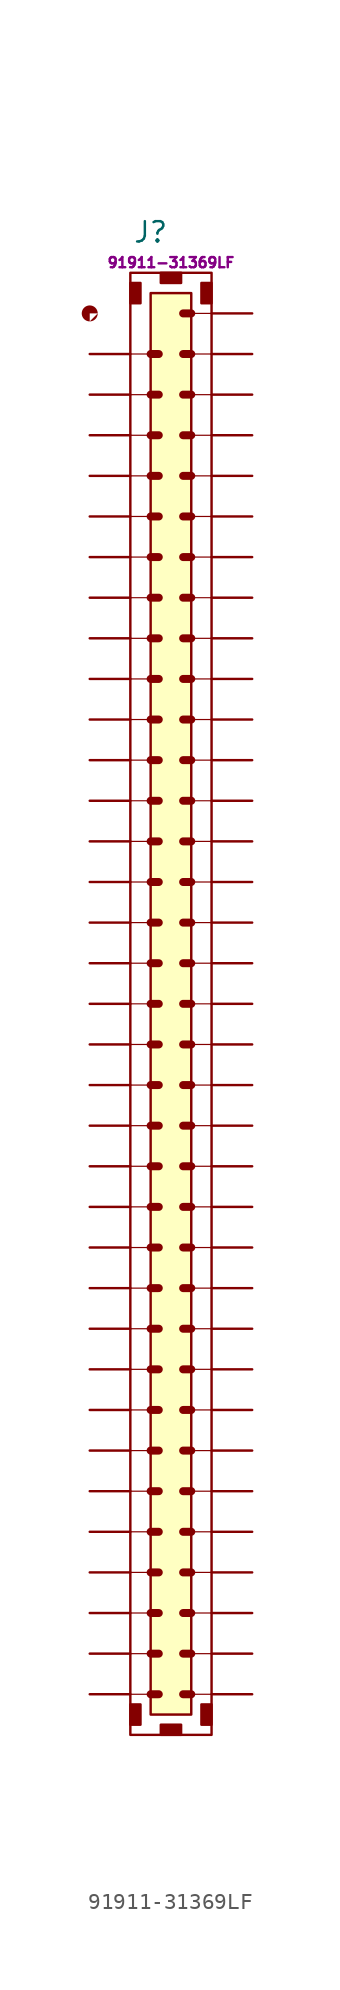
<source format=kicad_sym>
(kicad_symbol_lib
  (version 20220914)
  (generator kicad_symbol_editor)
  (symbol "91911-31369LF"
    (pin_numbers hide)
    (pin_names hide)
    (property "Reference" "J"
      (at -1.27 48.26 0)
      (effects (font (size 1.27 1.27))))
    (property "Mfr PN" "91911-31369LF"
      (at 0 46.355 0)
      (effects (font (size 0.635 0.635))))
    (symbol "91911-31369LF_1_0"
      (pin passive line (at 5.08 -38.1 180) (length 2.54) (name "37" (effects (font (size 1.27 1.27)))) (number "37" (effects (font (size 1.27 1.27)))))
      (pin passive line (at 5.08 -35.56 180) (length 2.54) (name "38" (effects (font (size 1.27 1.27)))) (number "38" (effects (font (size 1.27 1.27)))))
      (pin passive line (at 5.08 -33.02 180) (length 2.54) (name "39" (effects (font (size 1.27 1.27)))) (number "39" (effects (font (size 1.27 1.27)))))
      (pin passive line (at 5.08 -30.48 180) (length 2.54) (name "40" (effects (font (size 1.27 1.27)))) (number "40" (effects (font (size 1.27 1.27)))))
      (pin passive line (at 5.08 -27.94 180) (length 2.54) (name "41" (effects (font (size 1.27 1.27)))) (number "41" (effects (font (size 1.27 1.27)))))
      (pin passive line (at 5.08 -25.4 180) (length 2.54) (name "42" (effects (font (size 1.27 1.27)))) (number "42" (effects (font (size 1.27 1.27)))))
      (pin passive line (at 5.08 -22.86 180) (length 2.54) (name "43" (effects (font (size 1.27 1.27)))) (number "43" (effects (font (size 1.27 1.27)))))
      (pin passive line (at 5.08 -20.32 180) (length 2.54) (name "44" (effects (font (size 1.27 1.27)))) (number "44" (effects (font (size 1.27 1.27)))))
      (pin passive line (at 5.08 -17.78 180) (length 2.54) (name "45" (effects (font (size 1.27 1.27)))) (number "45" (effects (font (size 1.27 1.27)))))
      (pin passive line (at 5.08 -15.24 180) (length 2.54) (name "46" (effects (font (size 1.27 1.27)))) (number "46" (effects (font (size 1.27 1.27)))))
      (pin passive line (at 5.08 -12.7 180) (length 2.54) (name "47" (effects (font (size 1.27 1.27)))) (number "47" (effects (font (size 1.27 1.27)))))
      (pin passive line (at 5.08 -10.16 180) (length 2.54) (name "48" (effects (font (size 1.27 1.27)))) (number "48" (effects (font (size 1.27 1.27)))))
      (pin passive line (at 5.08 -7.62 180) (length 2.54) (name "49" (effects (font (size 1.27 1.27)))) (number "49" (effects (font (size 1.27 1.27)))))
      (pin passive line (at 5.08 -5.08 180) (length 2.54) (name "50" (effects (font (size 1.27 1.27)))) (number "50" (effects (font (size 1.27 1.27)))))
      (pin passive line (at 5.08 -2.54 180) (length 2.54) (name "51" (effects (font (size 1.27 1.27)))) (number "51" (effects (font (size 1.27 1.27)))))
      (pin passive line (at 5.08 0 180) (length 2.54) (name "52" (effects (font (size 1.27 1.27)))) (number "52" (effects (font (size 1.27 1.27)))))
      (pin passive line (at 5.08 2.54 180) (length 2.54) (name "53" (effects (font (size 1.27 1.27)))) (number "53" (effects (font (size 1.27 1.27)))))
      (pin passive line (at 5.08 5.08 180) (length 2.54) (name "54" (effects (font (size 1.27 1.27)))) (number "54" (effects (font (size 1.27 1.27)))))
      (pin passive line (at 5.08 7.62 180) (length 2.54) (name "55" (effects (font (size 1.27 1.27)))) (number "55" (effects (font (size 1.27 1.27)))))
      (pin passive line (at 5.08 10.16 180) (length 2.54) (name "56" (effects (font (size 1.27 1.27)))) (number "56" (effects (font (size 1.27 1.27)))))
      (pin passive line (at 5.08 12.7 180) (length 2.54) (name "57" (effects (font (size 1.27 1.27)))) (number "57" (effects (font (size 1.27 1.27)))))
      (pin passive line (at 5.08 15.24 180) (length 2.54) (name "58" (effects (font (size 1.27 1.27)))) (number "58" (effects (font (size 1.27 1.27)))))
      (pin passive line (at 5.08 17.78 180) (length 2.54) (name "59" (effects (font (size 1.27 1.27)))) (number "59" (effects (font (size 1.27 1.27)))))
      (pin passive line (at 5.08 20.32 180) (length 2.54) (name "60" (effects (font (size 1.27 1.27)))) (number "60" (effects (font (size 1.27 1.27)))))
      (pin passive line (at 5.08 22.86 180) (length 2.54) (name "61" (effects (font (size 1.27 1.27)))) (number "61" (effects (font (size 1.27 1.27)))))
      (pin passive line (at 5.08 25.4 180) (length 2.54) (name "62" (effects (font (size 1.27 1.27)))) (number "62" (effects (font (size 1.27 1.27)))))
      (pin passive line (at 5.08 27.94 180) (length 2.54) (name "63" (effects (font (size 1.27 1.27)))) (number "63" (effects (font (size 1.27 1.27)))))
      (pin passive line (at 5.08 30.48 180) (length 2.54) (name "64" (effects (font (size 1.27 1.27)))) (number "64" (effects (font (size 1.27 1.27)))))
      (pin passive line (at 5.08 33.02 180) (length 2.54) (name "65" (effects (font (size 1.27 1.27)))) (number "65" (effects (font (size 1.27 1.27)))))
      (pin passive line (at 5.08 35.56 180) (length 2.54) (name "66" (effects (font (size 1.27 1.27)))) (number "66" (effects (font (size 1.27 1.27)))))
      (pin passive line (at 5.08 38.1 180) (length 2.54) (name "67" (effects (font (size 1.27 1.27)))) (number "67" (effects (font (size 1.27 1.27)))))
      (pin passive line (at 5.08 40.64 180) (length 2.54) (name "68" (effects (font (size 1.27 1.27)))) (number "68" (effects (font (size 1.27 1.27)))))
      (pin passive line (at 5.08 43.18 180) (length 2.54) (name "69" (effects (font (size 1.27 1.27)))) (number "69" (effects (font (size 1.27 1.27))))))
    (symbol "91911-31369LF_1_1"
      (circle (center -5.08 43.18) (radius 0.0001) (stroke (width 1) (type default)) (fill (type outline)))
      (rectangle (start -2.54 -45.72) (end 2.54 45.72) (stroke (width 0) (type default)) (fill (type none)))
      (rectangle (start -2.54 43.815) (end -1.905 45.085) (stroke (width 0) (type default)) (fill (type outline)))
      (rectangle (start -1.905 -43.815) (end -2.54 -45.085) (stroke (width 0) (type default)) (fill (type outline)))
      (rectangle (start -1.27 -44.45) (end 1.27 44.45) (stroke (width 0) (type default)) (fill (type background)))
      (rectangle (start -0.635 -45.085) (end 0.635 -45.72) (stroke (width 0) (type default)) (fill (type outline)))
      (polyline (pts (xy -2.54 -43.18) (xy -1.27 -43.18)) (stroke (width 0.075) (type default)) (fill (type none)))
      (polyline (pts (xy -2.54 -40.64) (xy -1.27 -40.64)) (stroke (width 0.075) (type default)) (fill (type none)))
      (polyline (pts (xy -2.54 -38.1) (xy -1.27 -38.1)) (stroke (width 0.075) (type default)) (fill (type none)))
      (polyline (pts (xy -2.54 -35.56) (xy -1.27 -35.56)) (stroke (width 0.075) (type default)) (fill (type none)))
      (polyline (pts (xy -2.54 -33.02) (xy -1.27 -33.02)) (stroke (width 0.075) (type default)) (fill (type none)))
      (polyline (pts (xy -2.54 -30.48) (xy -1.27 -30.48)) (stroke (width 0.075) (type default)) (fill (type none)))
      (polyline (pts (xy -2.54 -27.94) (xy -1.27 -27.94)) (stroke (width 0.075) (type default)) (fill (type none)))
      (polyline (pts (xy -2.54 -25.4) (xy -1.27 -25.4)) (stroke (width 0.075) (type default)) (fill (type none)))
      (polyline (pts (xy -2.54 -22.86) (xy -1.27 -22.86)) (stroke (width 0.075) (type default)) (fill (type none)))
      (polyline (pts (xy -2.54 -20.32) (xy -1.27 -20.32)) (stroke (width 0.075) (type default)) (fill (type none)))
      (polyline (pts (xy -2.54 -17.78) (xy -1.27 -17.78)) (stroke (width 0.075) (type default)) (fill (type none)))
      (polyline (pts (xy -2.54 -15.24) (xy -1.27 -15.24)) (stroke (width 0.075) (type default)) (fill (type none)))
      (polyline (pts (xy -2.54 -12.7) (xy -1.27 -12.7)) (stroke (width 0.075) (type default)) (fill (type none)))
      (polyline (pts (xy -2.54 -10.16) (xy -1.27 -10.16)) (stroke (width 0.075) (type default)) (fill (type none)))
      (polyline (pts (xy -2.54 -7.62) (xy -1.27 -7.62)) (stroke (width 0.075) (type default)) (fill (type none)))
      (polyline (pts (xy -2.54 -5.08) (xy -1.27 -5.08)) (stroke (width 0.075) (type default)) (fill (type none)))
      (polyline (pts (xy -2.54 -2.54) (xy -1.27 -2.54)) (stroke (width 0.075) (type default)) (fill (type none)))
      (polyline (pts (xy -2.54 0) (xy -1.27 0)) (stroke (width 0.075) (type default)) (fill (type none)))
      (polyline (pts (xy -2.54 2.54) (xy -1.27 2.54)) (stroke (width 0.075) (type default)) (fill (type none)))
      (polyline (pts (xy -2.54 5.08) (xy -1.27 5.08)) (stroke (width 0.075) (type default)) (fill (type none)))
      (polyline (pts (xy -2.54 7.62) (xy -1.27 7.62)) (stroke (width 0.075) (type default)) (fill (type none)))
      (polyline (pts (xy -2.54 10.16) (xy -1.27 10.16)) (stroke (width 0.075) (type default)) (fill (type none)))
      (polyline (pts (xy -2.54 12.7) (xy -1.27 12.7)) (stroke (width 0.075) (type default)) (fill (type none)))
      (polyline (pts (xy -2.54 15.24) (xy -1.27 15.24)) (stroke (width 0.075) (type default)) (fill (type none)))
      (polyline (pts (xy -2.54 17.78) (xy -1.27 17.78)) (stroke (width 0.075) (type default)) (fill (type none)))
      (polyline (pts (xy -2.54 20.32) (xy -1.27 20.32)) (stroke (width 0.075) (type default)) (fill (type none)))
      (polyline (pts (xy -2.54 22.86) (xy -1.27 22.86)) (stroke (width 0.075) (type default)) (fill (type none)))
      (polyline (pts (xy -2.54 25.4) (xy -1.27 25.4)) (stroke (width 0.075) (type default)) (fill (type none)))
      (polyline (pts (xy -2.54 27.94) (xy -1.27 27.94)) (stroke (width 0.075) (type default)) (fill (type none)))
      (polyline (pts (xy -2.54 30.48) (xy -1.27 30.48)) (stroke (width 0.075) (type default)) (fill (type none)))
      (polyline (pts (xy -2.54 33.02) (xy -1.27 33.02)) (stroke (width 0.075) (type default)) (fill (type none)))
      (polyline (pts (xy -2.54 35.56) (xy -1.27 35.56)) (stroke (width 0.075) (type default)) (fill (type none)))
      (polyline (pts (xy -2.54 38.1) (xy -1.27 38.1)) (stroke (width 0.075) (type default)) (fill (type none)))
      (polyline (pts (xy -2.54 40.64) (xy -1.27 40.64)) (stroke (width 0.075) (type default)) (fill (type none)))
      (polyline (pts (xy -1.27 -43.18) (xy -0.762 -43.18)) (stroke (width 0.5) (type default)) (fill (type none)))
      (polyline (pts (xy -1.27 -40.64) (xy -0.762 -40.64)) (stroke (width 0.5) (type default)) (fill (type none)))
      (polyline (pts (xy -1.27 -38.1) (xy -0.762 -38.1)) (stroke (width 0.5) (type default)) (fill (type none)))
      (polyline (pts (xy -1.27 -35.56) (xy -0.762 -35.56)) (stroke (width 0.5) (type default)) (fill (type none)))
      (polyline (pts (xy -1.27 -33.02) (xy -0.762 -33.02)) (stroke (width 0.5) (type default)) (fill (type none)))
      (polyline (pts (xy -1.27 -30.48) (xy -0.762 -30.48)) (stroke (width 0.5) (type default)) (fill (type none)))
      (polyline (pts (xy -1.27 -27.94) (xy -0.762 -27.94)) (stroke (width 0.5) (type default)) (fill (type none)))
      (polyline (pts (xy -1.27 -25.4) (xy -0.762 -25.4)) (stroke (width 0.5) (type default)) (fill (type none)))
      (polyline (pts (xy -1.27 -22.86) (xy -0.762 -22.86)) (stroke (width 0.5) (type default)) (fill (type none)))
      (polyline (pts (xy -1.27 -20.32) (xy -0.762 -20.32)) (stroke (width 0.5) (type default)) (fill (type none)))
      (polyline (pts (xy -1.27 -17.78) (xy -0.762 -17.78)) (stroke (width 0.5) (type default)) (fill (type none)))
      (polyline (pts (xy -1.27 -15.24) (xy -0.762 -15.24)) (stroke (width 0.5) (type default)) (fill (type none)))
      (polyline (pts (xy -1.27 -12.7) (xy -0.762 -12.7)) (stroke (width 0.5) (type default)) (fill (type none)))
      (polyline (pts (xy -1.27 -10.16) (xy -0.762 -10.16)) (stroke (width 0.5) (type default)) (fill (type none)))
      (polyline (pts (xy -1.27 -7.62) (xy -0.762 -7.62)) (stroke (width 0.5) (type default)) (fill (type none)))
      (polyline (pts (xy -1.27 -5.08) (xy -0.762 -5.08)) (stroke (width 0.5) (type default)) (fill (type none)))
      (polyline (pts (xy -1.27 -2.54) (xy -0.762 -2.54)) (stroke (width 0.5) (type default)) (fill (type none)))
      (polyline (pts (xy -1.27 0) (xy -0.762 0)) (stroke (width 0.5) (type default)) (fill (type none)))
      (polyline (pts (xy -1.27 2.54) (xy -0.762 2.54)) (stroke (width 0.5) (type default)) (fill (type none)))
      (polyline (pts (xy -1.27 5.08) (xy -0.762 5.08)) (stroke (width 0.5) (type default)) (fill (type none)))
      (polyline (pts (xy -1.27 7.62) (xy -0.762 7.62)) (stroke (width 0.5) (type default)) (fill (type none)))
      (polyline (pts (xy -1.27 10.16) (xy -0.762 10.16)) (stroke (width 0.5) (type default)) (fill (type none)))
      (polyline (pts (xy -1.27 12.7) (xy -0.762 12.7)) (stroke (width 0.5) (type default)) (fill (type none)))
      (polyline (pts (xy -1.27 15.24) (xy -0.762 15.24)) (stroke (width 0.5) (type default)) (fill (type none)))
      (polyline (pts (xy -1.27 17.78) (xy -0.762 17.78)) (stroke (width 0.5) (type default)) (fill (type none)))
      (polyline (pts (xy -1.27 20.32) (xy -0.762 20.32)) (stroke (width 0.5) (type default)) (fill (type none)))
      (polyline (pts (xy -1.27 22.86) (xy -0.762 22.86)) (stroke (width 0.5) (type default)) (fill (type none)))
      (polyline (pts (xy -1.27 25.4) (xy -0.762 25.4)) (stroke (width 0.5) (type default)) (fill (type none)))
      (polyline (pts (xy -1.27 27.94) (xy -0.762 27.94)) (stroke (width 0.5) (type default)) (fill (type none)))
      (polyline (pts (xy -1.27 30.48) (xy -0.762 30.48)) (stroke (width 0.5) (type default)) (fill (type none)))
      (polyline (pts (xy -1.27 33.02) (xy -0.762 33.02)) (stroke (width 0.5) (type default)) (fill (type none)))
      (polyline (pts (xy -1.27 35.56) (xy -0.762 35.56)) (stroke (width 0.5) (type default)) (fill (type none)))
      (polyline (pts (xy -1.27 38.1) (xy -0.762 38.1)) (stroke (width 0.5) (type default)) (fill (type none)))
      (polyline (pts (xy -1.27 40.64) (xy -0.762 40.64)) (stroke (width 0.5) (type default)) (fill (type none)))
      (polyline (pts (xy 1.27 -43.18) (xy 0.762 -43.18)) (stroke (width 0.5) (type default)) (fill (type none)))
      (polyline (pts (xy 1.27 -40.64) (xy 0.762 -40.64)) (stroke (width 0.5) (type default)) (fill (type none)))
      (polyline (pts (xy 1.27 -38.1) (xy 0.762 -38.1)) (stroke (width 0.5) (type default)) (fill (type none)))
      (polyline (pts (xy 1.27 -35.56) (xy 0.762 -35.56)) (stroke (width 0.5) (type default)) (fill (type none)))
      (polyline (pts (xy 1.27 -33.02) (xy 0.762 -33.02)) (stroke (width 0.5) (type default)) (fill (type none)))
      (polyline (pts (xy 1.27 -30.48) (xy 0.762 -30.48)) (stroke (width 0.5) (type default)) (fill (type none)))
      (polyline (pts (xy 1.27 -27.94) (xy 0.762 -27.94)) (stroke (width 0.5) (type default)) (fill (type none)))
      (polyline (pts (xy 1.27 -25.4) (xy 0.762 -25.4)) (stroke (width 0.5) (type default)) (fill (type none)))
      (polyline (pts (xy 1.27 -22.86) (xy 0.762 -22.86)) (stroke (width 0.5) (type default)) (fill (type none)))
      (polyline (pts (xy 1.27 -20.32) (xy 0.762 -20.32)) (stroke (width 0.5) (type default)) (fill (type none)))
      (polyline (pts (xy 1.27 -17.78) (xy 0.762 -17.78)) (stroke (width 0.5) (type default)) (fill (type none)))
      (polyline (pts (xy 1.27 -15.24) (xy 0.762 -15.24)) (stroke (width 0.5) (type default)) (fill (type none)))
      (polyline (pts (xy 1.27 -12.7) (xy 0.762 -12.7)) (stroke (width 0.5) (type default)) (fill (type none)))
      (polyline (pts (xy 1.27 -10.16) (xy 0.762 -10.16)) (stroke (width 0.5) (type default)) (fill (type none)))
      (polyline (pts (xy 1.27 -7.62) (xy 0.762 -7.62)) (stroke (width 0.5) (type default)) (fill (type none)))
      (polyline (pts (xy 1.27 -5.08) (xy 0.762 -5.08)) (stroke (width 0.5) (type default)) (fill (type none)))
      (polyline (pts (xy 1.27 -2.54) (xy 0.762 -2.54)) (stroke (width 0.5) (type default)) (fill (type none)))
      (polyline (pts (xy 1.27 0) (xy 0.762 0)) (stroke (width 0.5) (type default)) (fill (type none)))
      (polyline (pts (xy 1.27 2.54) (xy 0.762 2.54)) (stroke (width 0.5) (type default)) (fill (type none)))
      (polyline (pts (xy 1.27 5.08) (xy 0.762 5.08)) (stroke (width 0.5) (type default)) (fill (type none)))
      (polyline (pts (xy 1.27 7.62) (xy 0.762 7.62)) (stroke (width 0.5) (type default)) (fill (type none)))
      (polyline (pts (xy 1.27 10.16) (xy 0.762 10.16)) (stroke (width 0.5) (type default)) (fill (type none)))
      (polyline (pts (xy 1.27 12.7) (xy 0.762 12.7)) (stroke (width 0.5) (type default)) (fill (type none)))
      (polyline (pts (xy 1.27 15.24) (xy 0.762 15.24)) (stroke (width 0.5) (type default)) (fill (type none)))
      (polyline (pts (xy 1.27 17.78) (xy 0.762 17.78)) (stroke (width 0.5) (type default)) (fill (type none)))
      (polyline (pts (xy 1.27 20.32) (xy 0.762 20.32)) (stroke (width 0.5) (type default)) (fill (type none)))
      (polyline (pts (xy 1.27 22.86) (xy 0.762 22.86)) (stroke (width 0.5) (type default)) (fill (type none)))
      (polyline (pts (xy 1.27 25.4) (xy 0.762 25.4)) (stroke (width 0.5) (type default)) (fill (type none)))
      (polyline (pts (xy 1.27 27.94) (xy 0.762 27.94)) (stroke (width 0.5) (type default)) (fill (type none)))
      (polyline (pts (xy 1.27 30.48) (xy 0.762 30.48)) (stroke (width 0.5) (type default)) (fill (type none)))
      (polyline (pts (xy 1.27 33.02) (xy 0.762 33.02)) (stroke (width 0.5) (type default)) (fill (type none)))
      (polyline (pts (xy 1.27 35.56) (xy 0.762 35.56)) (stroke (width 0.5) (type default)) (fill (type none)))
      (polyline (pts (xy 1.27 38.1) (xy 0.762 38.1)) (stroke (width 0.5) (type default)) (fill (type none)))
      (polyline (pts (xy 1.27 40.64) (xy 0.762 40.64)) (stroke (width 0.5) (type default)) (fill (type none)))
      (polyline (pts (xy 1.27 43.18) (xy 0.762 43.18)) (stroke (width 0.5) (type default)) (fill (type none)))
      (polyline (pts (xy 2.54 -43.18) (xy 1.27 -43.18)) (stroke (width 0.075) (type default)) (fill (type none)))
      (polyline (pts (xy 2.54 -40.64) (xy 1.27 -40.64)) (stroke (width 0.075) (type default)) (fill (type none)))
      (polyline (pts (xy 2.54 -38.1) (xy 1.27 -38.1)) (stroke (width 0.075) (type default)) (fill (type none)))
      (polyline (pts (xy 2.54 -35.56) (xy 1.27 -35.56)) (stroke (width 0.075) (type default)) (fill (type none)))
      (polyline (pts (xy 2.54 -33.02) (xy 1.27 -33.02)) (stroke (width 0.075) (type default)) (fill (type none)))
      (polyline (pts (xy 2.54 -30.48) (xy 1.27 -30.48)) (stroke (width 0.075) (type default)) (fill (type none)))
      (polyline (pts (xy 2.54 -27.94) (xy 1.27 -27.94)) (stroke (width 0.075) (type default)) (fill (type none)))
      (polyline (pts (xy 2.54 -25.4) (xy 1.27 -25.4)) (stroke (width 0.075) (type default)) (fill (type none)))
      (polyline (pts (xy 2.54 -22.86) (xy 1.27 -22.86)) (stroke (width 0.075) (type default)) (fill (type none)))
      (polyline (pts (xy 2.54 -20.32) (xy 1.27 -20.32)) (stroke (width 0.075) (type default)) (fill (type none)))
      (polyline (pts (xy 2.54 -17.78) (xy 1.27 -17.78)) (stroke (width 0.075) (type default)) (fill (type none)))
      (polyline (pts (xy 2.54 -15.24) (xy 1.27 -15.24)) (stroke (width 0.075) (type default)) (fill (type none)))
      (polyline (pts (xy 2.54 -12.7) (xy 1.27 -12.7)) (stroke (width 0.075) (type default)) (fill (type none)))
      (polyline (pts (xy 2.54 -10.16) (xy 1.27 -10.16)) (stroke (width 0.075) (type default)) (fill (type none)))
      (polyline (pts (xy 2.54 -7.62) (xy 1.27 -7.62)) (stroke (width 0.075) (type default)) (fill (type none)))
      (polyline (pts (xy 2.54 -5.08) (xy 1.27 -5.08)) (stroke (width 0.075) (type default)) (fill (type none)))
      (polyline (pts (xy 2.54 -2.54) (xy 1.27 -2.54)) (stroke (width 0.075) (type default)) (fill (type none)))
      (polyline (pts (xy 2.54 0) (xy 1.27 0)) (stroke (width 0.075) (type default)) (fill (type none)))
      (polyline (pts (xy 2.54 2.54) (xy 1.27 2.54)) (stroke (width 0.075) (type default)) (fill (type none)))
      (polyline (pts (xy 2.54 5.08) (xy 1.27 5.08)) (stroke (width 0.075) (type default)) (fill (type none)))
      (polyline (pts (xy 2.54 7.62) (xy 1.27 7.62)) (stroke (width 0.075) (type default)) (fill (type none)))
      (polyline (pts (xy 2.54 10.16) (xy 1.27 10.16)) (stroke (width 0.075) (type default)) (fill (type none)))
      (polyline (pts (xy 2.54 12.7) (xy 1.27 12.7)) (stroke (width 0.075) (type default)) (fill (type none)))
      (polyline (pts (xy 2.54 15.24) (xy 1.27 15.24)) (stroke (width 0.075) (type default)) (fill (type none)))
      (polyline (pts (xy 2.54 17.78) (xy 1.27 17.78)) (stroke (width 0.075) (type default)) (fill (type none)))
      (polyline (pts (xy 2.54 20.32) (xy 1.27 20.32)) (stroke (width 0.075) (type default)) (fill (type none)))
      (polyline (pts (xy 2.54 22.86) (xy 1.27 22.86)) (stroke (width 0.075) (type default)) (fill (type none)))
      (polyline (pts (xy 2.54 25.4) (xy 1.27 25.4)) (stroke (width 0.075) (type default)) (fill (type none)))
      (polyline (pts (xy 2.54 27.94) (xy 1.27 27.94)) (stroke (width 0.075) (type default)) (fill (type none)))
      (polyline (pts (xy 2.54 30.48) (xy 1.27 30.48)) (stroke (width 0.075) (type default)) (fill (type none)))
      (polyline (pts (xy 2.54 33.02) (xy 1.27 33.02)) (stroke (width 0.075) (type default)) (fill (type none)))
      (polyline (pts (xy 2.54 35.56) (xy 1.27 35.56)) (stroke (width 0.075) (type default)) (fill (type none)))
      (polyline (pts (xy 2.54 38.1) (xy 1.27 38.1)) (stroke (width 0.075) (type default)) (fill (type none)))
      (polyline (pts (xy 2.54 40.64) (xy 1.27 40.64)) (stroke (width 0.075) (type default)) (fill (type none)))
      (polyline (pts (xy 2.54 43.18) (xy 1.27 43.18)) (stroke (width 0.075) (type default)) (fill (type none)))
      (rectangle (start 0.635 45.085) (end -0.635 45.72) (stroke (width 0) (type default)) (fill (type outline)))
      (rectangle (start 1.905 43.815) (end 2.54 45.085) (stroke (width 0) (type default)) (fill (type outline)))
      (rectangle (start 2.54 -43.815) (end 1.905 -45.085) (stroke (width 0) (type default)) (fill (type outline)))
      (pin passive line (at -5.08 40.64 0) (length 2.54) (name "1" (effects (font (size 1.27 1.27)))) (number "1" (effects (font (size 1.27 1.27)))))
      (pin passive line (at -5.08 17.78 0) (length 2.54) (name "10" (effects (font (size 1.27 1.27)))) (number "10" (effects (font (size 1.27 1.27)))))
      (pin passive line (at -5.08 15.24 0) (length 2.54) (name "11" (effects (font (size 1.27 1.27)))) (number "11" (effects (font (size 1.27 1.27)))))
      (pin passive line (at -5.08 12.7 0) (length 2.54) (name "12" (effects (font (size 1.27 1.27)))) (number "12" (effects (font (size 1.27 1.27)))))
      (pin passive line (at -5.08 10.16 0) (length 2.54) (name "13" (effects (font (size 1.27 1.27)))) (number "13" (effects (font (size 1.27 1.27)))))
      (pin passive line (at -5.08 7.62 0) (length 2.54) (name "14" (effects (font (size 1.27 1.27)))) (number "14" (effects (font (size 1.27 1.27)))))
      (pin passive line (at -5.08 5.08 0) (length 2.54) (name "15" (effects (font (size 1.27 1.27)))) (number "15" (effects (font (size 1.27 1.27)))))
      (pin passive line (at -5.08 2.54 0) (length 2.54) (name "16" (effects (font (size 1.27 1.27)))) (number "16" (effects (font (size 1.27 1.27)))))
      (pin passive line (at -5.08 0 0) (length 2.54) (name "17" (effects (font (size 1.27 1.27)))) (number "17" (effects (font (size 1.27 1.27)))))
      (pin passive line (at -5.08 -2.54 0) (length 2.54) (name "18" (effects (font (size 1.27 1.27)))) (number "18" (effects (font (size 1.27 1.27)))))
      (pin passive line (at -5.08 -5.08 0) (length 2.54) (name "19" (effects (font (size 1.27 1.27)))) (number "19" (effects (font (size 1.27 1.27)))))
      (pin passive line (at -5.08 38.1 0) (length 2.54) (name "2" (effects (font (size 1.27 1.27)))) (number "2" (effects (font (size 1.27 1.27)))))
      (pin passive line (at -5.08 -7.62 0) (length 2.54) (name "20" (effects (font (size 1.27 1.27)))) (number "20" (effects (font (size 1.27 1.27)))))
      (pin passive line (at -5.08 -10.16 0) (length 2.54) (name "21" (effects (font (size 1.27 1.27)))) (number "21" (effects (font (size 1.27 1.27)))))
      (pin passive line (at -5.08 -12.7 0) (length 2.54) (name "22" (effects (font (size 1.27 1.27)))) (number "22" (effects (font (size 1.27 1.27)))))
      (pin passive line (at -5.08 -15.24 0) (length 2.54) (name "23" (effects (font (size 1.27 1.27)))) (number "23" (effects (font (size 1.27 1.27)))))
      (pin passive line (at -5.08 -17.78 0) (length 2.54) (name "24" (effects (font (size 1.27 1.27)))) (number "24" (effects (font (size 1.27 1.27)))))
      (pin passive line (at -5.08 -20.32 0) (length 2.54) (name "25" (effects (font (size 1.27 1.27)))) (number "25" (effects (font (size 1.27 1.27)))))
      (pin passive line (at -5.08 -22.86 0) (length 2.54) (name "26" (effects (font (size 1.27 1.27)))) (number "26" (effects (font (size 1.27 1.27)))))
      (pin passive line (at -5.08 -25.4 0) (length 2.54) (name "27" (effects (font (size 1.27 1.27)))) (number "27" (effects (font (size 1.27 1.27)))))
      (pin passive line (at -5.08 -27.94 0) (length 2.54) (name "28" (effects (font (size 1.27 1.27)))) (number "28" (effects (font (size 1.27 1.27)))))
      (pin passive line (at -5.08 -30.48 0) (length 2.54) (name "29" (effects (font (size 1.27 1.27)))) (number "29" (effects (font (size 1.27 1.27)))))
      (pin passive line (at -5.08 35.56 0) (length 2.54) (name "3" (effects (font (size 1.27 1.27)))) (number "3" (effects (font (size 1.27 1.27)))))
      (pin passive line (at -5.08 -33.02 0) (length 2.54) (name "30" (effects (font (size 1.27 1.27)))) (number "30" (effects (font (size 1.27 1.27)))))
      (pin passive line (at -5.08 -35.56 0) (length 2.54) (name "31" (effects (font (size 1.27 1.27)))) (number "31" (effects (font (size 1.27 1.27)))))
      (pin passive line (at -5.08 -38.1 0) (length 2.54) (name "32" (effects (font (size 1.27 1.27)))) (number "32" (effects (font (size 1.27 1.27)))))
      (pin passive line (at -5.08 -40.64 0) (length 2.54) (name "33" (effects (font (size 1.27 1.27)))) (number "33" (effects (font (size 1.27 1.27)))))
      (pin passive line (at -5.08 -43.18 0) (length 2.54) (name "34" (effects (font (size 1.27 1.27)))) (number "34" (effects (font (size 1.27 1.27)))))
      (pin passive line (at 5.08 -43.18 180) (length 2.54) (name "35" (effects (font (size 1.27 1.27)))) (number "35" (effects (font (size 1.27 1.27)))))
      (pin passive line (at 5.08 -40.64 180) (length 2.54) (name "36" (effects (font (size 1.27 1.27)))) (number "36" (effects (font (size 1.27 1.27)))))
      (pin passive line (at -5.08 33.02 0) (length 2.54) (name "4" (effects (font (size 1.27 1.27)))) (number "4" (effects (font (size 1.27 1.27)))))
      (pin passive line (at -5.08 30.48 0) (length 2.54) (name "5" (effects (font (size 1.27 1.27)))) (number "5" (effects (font (size 1.27 1.27)))))
      (pin passive line (at -5.08 27.94 0) (length 2.54) (name "6" (effects (font (size 1.27 1.27)))) (number "6" (effects (font (size 1.27 1.27)))))
      (pin passive line (at -5.08 25.4 0) (length 2.54) (name "7" (effects (font (size 1.27 1.27)))) (number "7" (effects (font (size 1.27 1.27)))))
      (pin passive line (at -5.08 22.86 0) (length 2.54) (name "8" (effects (font (size 1.27 1.27)))) (number "8" (effects (font (size 1.27 1.27)))))
      (pin passive line (at -5.08 20.32 0) (length 2.54) (name "9" (effects (font (size 1.27 1.27)))) (number "9" (effects (font (size 1.27 1.27))))))))
</source>
